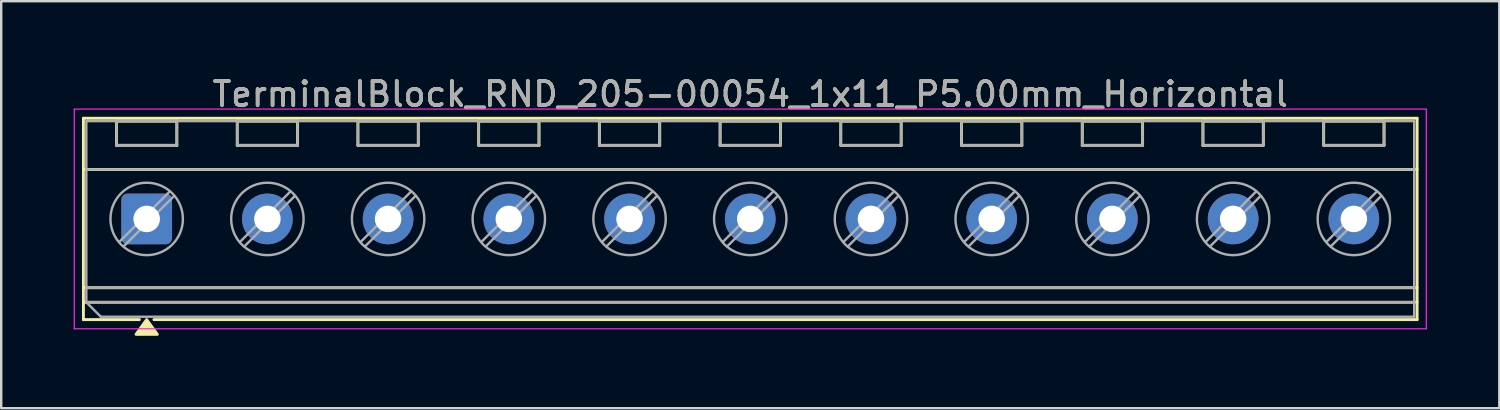
<source format=kicad_pcb>
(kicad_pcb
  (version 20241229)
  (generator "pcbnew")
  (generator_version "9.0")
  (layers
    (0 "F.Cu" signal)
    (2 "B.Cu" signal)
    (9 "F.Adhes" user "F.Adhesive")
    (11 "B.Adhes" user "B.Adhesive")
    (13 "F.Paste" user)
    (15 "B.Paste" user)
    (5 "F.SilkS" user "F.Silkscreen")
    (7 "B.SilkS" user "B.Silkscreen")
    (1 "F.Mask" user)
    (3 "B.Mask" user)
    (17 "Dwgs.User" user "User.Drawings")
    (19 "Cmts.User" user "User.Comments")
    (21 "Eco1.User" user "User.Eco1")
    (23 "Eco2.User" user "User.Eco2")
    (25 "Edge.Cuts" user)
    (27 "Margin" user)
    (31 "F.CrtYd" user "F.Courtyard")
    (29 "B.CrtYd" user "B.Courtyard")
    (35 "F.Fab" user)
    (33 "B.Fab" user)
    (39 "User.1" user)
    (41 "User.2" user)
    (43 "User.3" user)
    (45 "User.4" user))
  (footprint "TerminalBlock_RND_205-00054_1x11_P5.00mm_Horizontal"
    (layer "F.Cu")
    (at 3.025 6.018)
    (property "Reference" "TerminalBlock_RND_205-00054_1x11_P5.00mm_Horizontal" (at 25 -5.17 0) (layer "F.SilkS") (effects (font (size 1 1) (thickness 0.15))))
    (attr through_hole)
    (fp_line (start -2.62 -4.17) (end -2.62 4.17) (stroke (width 0.12) (type solid)) (layer "F.SilkS"))
    (fp_line (start -2.62 -4.17) (end 52.62 -4.17) (stroke (width 0.12) (type solid)) (layer "F.SilkS"))
    (fp_line (start -2.62 -2.05) (end 52.62 -2.05) (stroke (width 0.12) (type solid)) (layer "F.SilkS"))
    (fp_line (start -2.62 2.85) (end 52.62 2.85) (stroke (width 0.12) (type solid)) (layer "F.SilkS"))
    (fp_line (start -2.62 3.45) (end 52.62 3.45) (stroke (width 0.12) (type solid)) (layer "F.SilkS"))
    (fp_line (start -2.62 4.17) (end -0.3 4.17) (stroke (width 0.12) (type solid)) (layer "F.SilkS"))
    (fp_line (start -1.25 -4.05) (end -1.25 -3.05) (stroke (width 0.12) (type solid)) (layer "F.SilkS"))
    (fp_line (start -1.25 -4.05) (end 1.25 -4.05) (stroke (width 0.12) (type solid)) (layer "F.SilkS"))
    (fp_line (start -1.25 -3.05) (end 1.25 -3.05) (stroke (width 0.12) (type solid)) (layer "F.SilkS"))
    (fp_line (start 0.3 4.17) (end 52.62 4.17) (stroke (width 0.12) (type solid)) (layer "F.SilkS"))
    (fp_line (start 1.25 -4.05) (end 1.25 -3.05) (stroke (width 0.12) (type solid)) (layer "F.SilkS"))
    (fp_line (start 3.75 -4.05) (end 3.75 -3.05) (stroke (width 0.12) (type solid)) (layer "F.SilkS"))
    (fp_line (start 3.75 -4.05) (end 6.25 -4.05) (stroke (width 0.12) (type solid)) (layer "F.SilkS"))
    (fp_line (start 3.75 -3.05) (end 6.25 -3.05) (stroke (width 0.12) (type solid)) (layer "F.SilkS"))
    (fp_line (start 6.25 -4.05) (end 6.25 -3.05) (stroke (width 0.12) (type solid)) (layer "F.SilkS"))
    (fp_line (start 8.75 -4.05) (end 8.75 -3.05) (stroke (width 0.12) (type solid)) (layer "F.SilkS"))
    (fp_line (start 8.75 -4.05) (end 11.25 -4.05) (stroke (width 0.12) (type solid)) (layer "F.SilkS"))
    (fp_line (start 8.75 -3.05) (end 11.25 -3.05) (stroke (width 0.12) (type solid)) (layer "F.SilkS"))
    (fp_line (start 11.25 -4.05) (end 11.25 -3.05) (stroke (width 0.12) (type solid)) (layer "F.SilkS"))
    (fp_line (start 13.75 -4.05) (end 13.75 -3.05) (stroke (width 0.12) (type solid)) (layer "F.SilkS"))
    (fp_line (start 13.75 -4.05) (end 16.25 -4.05) (stroke (width 0.12) (type solid)) (layer "F.SilkS"))
    (fp_line (start 13.75 -3.05) (end 16.25 -3.05) (stroke (width 0.12) (type solid)) (layer "F.SilkS"))
    (fp_line (start 16.25 -4.05) (end 16.25 -3.05) (stroke (width 0.12) (type solid)) (layer "F.SilkS"))
    (fp_line (start 18.75 -4.05) (end 18.75 -3.05) (stroke (width 0.12) (type solid)) (layer "F.SilkS"))
    (fp_line (start 18.75 -4.05) (end 21.25 -4.05) (stroke (width 0.12) (type solid)) (layer "F.SilkS"))
    (fp_line (start 18.75 -3.05) (end 21.25 -3.05) (stroke (width 0.12) (type solid)) (layer "F.SilkS"))
    (fp_line (start 21.25 -4.05) (end 21.25 -3.05) (stroke (width 0.12) (type solid)) (layer "F.SilkS"))
    (fp_line (start 23.75 -4.05) (end 23.75 -3.05) (stroke (width 0.12) (type solid)) (layer "F.SilkS"))
    (fp_line (start 23.75 -4.05) (end 26.25 -4.05) (stroke (width 0.12) (type solid)) (layer "F.SilkS"))
    (fp_line (start 23.75 -3.05) (end 26.25 -3.05) (stroke (width 0.12) (type solid)) (layer "F.SilkS"))
    (fp_line (start 26.25 -4.05) (end 26.25 -3.05) (stroke (width 0.12) (type solid)) (layer "F.SilkS"))
    (fp_line (start 28.75 -4.05) (end 28.75 -3.05) (stroke (width 0.12) (type solid)) (layer "F.SilkS"))
    (fp_line (start 28.75 -4.05) (end 31.25 -4.05) (stroke (width 0.12) (type solid)) (layer "F.SilkS"))
    (fp_line (start 28.75 -3.05) (end 31.25 -3.05) (stroke (width 0.12) (type solid)) (layer "F.SilkS"))
    (fp_line (start 31.25 -4.05) (end 31.25 -3.05) (stroke (width 0.12) (type solid)) (layer "F.SilkS"))
    (fp_line (start 33.75 -4.05) (end 33.75 -3.05) (stroke (width 0.12) (type solid)) (layer "F.SilkS"))
    (fp_line (start 33.75 -4.05) (end 36.25 -4.05) (stroke (width 0.12) (type solid)) (layer "F.SilkS"))
    (fp_line (start 33.75 -3.05) (end 36.25 -3.05) (stroke (width 0.12) (type solid)) (layer "F.SilkS"))
    (fp_line (start 36.25 -4.05) (end 36.25 -3.05) (stroke (width 0.12) (type solid)) (layer "F.SilkS"))
    (fp_line (start 38.75 -4.05) (end 38.75 -3.05) (stroke (width 0.12) (type solid)) (layer "F.SilkS"))
    (fp_line (start 38.75 -4.05) (end 41.25 -4.05) (stroke (width 0.12) (type solid)) (layer "F.SilkS"))
    (fp_line (start 38.75 -3.05) (end 41.25 -3.05) (stroke (width 0.12) (type solid)) (layer "F.SilkS"))
    (fp_line (start 41.25 -4.05) (end 41.25 -3.05) (stroke (width 0.12) (type solid)) (layer "F.SilkS"))
    (fp_line (start 43.75 -4.05) (end 43.75 -3.05) (stroke (width 0.12) (type solid)) (layer "F.SilkS"))
    (fp_line (start 43.75 -4.05) (end 46.25 -4.05) (stroke (width 0.12) (type solid)) (layer "F.SilkS"))
    (fp_line (start 43.75 -3.05) (end 46.25 -3.05) (stroke (width 0.12) (type solid)) (layer "F.SilkS"))
    (fp_line (start 46.25 -4.05) (end 46.25 -3.05) (stroke (width 0.12) (type solid)) (layer "F.SilkS"))
    (fp_line (start 48.75 -4.05) (end 48.75 -3.05) (stroke (width 0.12) (type solid)) (layer "F.SilkS"))
    (fp_line (start 48.75 -4.05) (end 51.25 -4.05) (stroke (width 0.12) (type solid)) (layer "F.SilkS"))
    (fp_line (start 48.75 -3.05) (end 51.25 -3.05) (stroke (width 0.12) (type solid)) (layer "F.SilkS"))
    (fp_line (start 51.25 -4.05) (end 51.25 -3.05) (stroke (width 0.12) (type solid)) (layer "F.SilkS"))
    (fp_line (start 52.62 -4.17) (end 52.62 4.17) (stroke (width 0.12) (type solid)) (layer "F.SilkS"))
    (fp_poly (pts (xy 0 4.17) (xy 0.44 4.78) (xy -0.44 4.78)) (stroke (width 0.12) (type solid)) (fill yes) (layer "F.SilkS"))
    (fp_line (start -3 -4.55) (end -3 4.55) (stroke (width 0.05) (type solid)) (layer "F.CrtYd"))
    (fp_line (start -3 4.55) (end 53 4.55) (stroke (width 0.05) (type solid)) (layer "F.CrtYd"))
    (fp_line (start 53 -4.55) (end -3 -4.55) (stroke (width 0.05) (type solid)) (layer "F.CrtYd"))
    (fp_line (start 53 4.55) (end 53 -4.55) (stroke (width 0.05) (type solid)) (layer "F.CrtYd"))
    (fp_line (start -2.5 -4.05) (end 52.5 -4.05) (stroke (width 0.1) (type solid)) (layer "F.Fab"))
    (fp_line (start -2.5 -2.05) (end 52.5 -2.05) (stroke (width 0.1) (type solid)) (layer "F.Fab"))
    (fp_line (start -2.5 2.85) (end 52.5 2.85) (stroke (width 0.1) (type solid)) (layer "F.Fab"))
    (fp_line (start -2.5 3.45) (end -2.5 -4.05) (stroke (width 0.1) (type solid)) (layer "F.Fab"))
    (fp_line (start -2.5 3.45) (end 52.5 3.45) (stroke (width 0.1) (type solid)) (layer "F.Fab"))
    (fp_line (start -1.9 4.05) (end -2.5 3.45) (stroke (width 0.1) (type solid)) (layer "F.Fab"))
    (fp_line (start -1.25 -4.05) (end -1.25 -3.05) (stroke (width 0.1) (type solid)) (layer "F.Fab"))
    (fp_line (start -1.25 -3.05) (end 1.25 -3.05) (stroke (width 0.1) (type solid)) (layer "F.Fab"))
    (fp_line (start 0.955 -1.138) (end -1.138 0.954) (stroke (width 0.1) (type solid)) (layer "F.Fab"))
    (fp_line (start 1.138 -0.954) (end -0.955 1.137) (stroke (width 0.1) (type solid)) (layer "F.Fab"))
    (fp_line (start 1.25 -4.05) (end -1.25 -4.05) (stroke (width 0.1) (type solid)) (layer "F.Fab"))
    (fp_line (start 1.25 -3.05) (end 1.25 -4.05) (stroke (width 0.1) (type solid)) (layer "F.Fab"))
    (fp_line (start 3.75 -4.05) (end 3.75 -3.05) (stroke (width 0.1) (type solid)) (layer "F.Fab"))
    (fp_line (start 3.75 -3.05) (end 6.25 -3.05) (stroke (width 0.1) (type solid)) (layer "F.Fab"))
    (fp_line (start 5.955 -1.138) (end 3.862 0.954) (stroke (width 0.1) (type solid)) (layer "F.Fab"))
    (fp_line (start 6.138 -0.954) (end 4.045 1.137) (stroke (width 0.1) (type solid)) (layer "F.Fab"))
    (fp_line (start 6.25 -4.05) (end 3.75 -4.05) (stroke (width 0.1) (type solid)) (layer "F.Fab"))
    (fp_line (start 6.25 -3.05) (end 6.25 -4.05) (stroke (width 0.1) (type solid)) (layer "F.Fab"))
    (fp_line (start 8.75 -4.05) (end 8.75 -3.05) (stroke (width 0.1) (type solid)) (layer "F.Fab"))
    (fp_line (start 8.75 -3.05) (end 11.25 -3.05) (stroke (width 0.1) (type solid)) (layer "F.Fab"))
    (fp_line (start 10.955 -1.138) (end 8.862 0.954) (stroke (width 0.1) (type solid)) (layer "F.Fab"))
    (fp_line (start 11.138 -0.954) (end 9.045 1.137) (stroke (width 0.1) (type solid)) (layer "F.Fab"))
    (fp_line (start 11.25 -4.05) (end 8.75 -4.05) (stroke (width 0.1) (type solid)) (layer "F.Fab"))
    (fp_line (start 11.25 -3.05) (end 11.25 -4.05) (stroke (width 0.1) (type solid)) (layer "F.Fab"))
    (fp_line (start 13.75 -4.05) (end 13.75 -3.05) (stroke (width 0.1) (type solid)) (layer "F.Fab"))
    (fp_line (start 13.75 -3.05) (end 16.25 -3.05) (stroke (width 0.1) (type solid)) (layer "F.Fab"))
    (fp_line (start 15.955 -1.138) (end 13.862 0.954) (stroke (width 0.1) (type solid)) (layer "F.Fab"))
    (fp_line (start 16.138 -0.954) (end 14.045 1.137) (stroke (width 0.1) (type solid)) (layer "F.Fab"))
    (fp_line (start 16.25 -4.05) (end 13.75 -4.05) (stroke (width 0.1) (type solid)) (layer "F.Fab"))
    (fp_line (start 16.25 -3.05) (end 16.25 -4.05) (stroke (width 0.1) (type solid)) (layer "F.Fab"))
    (fp_line (start 18.75 -4.05) (end 18.75 -3.05) (stroke (width 0.1) (type solid)) (layer "F.Fab"))
    (fp_line (start 18.75 -3.05) (end 21.25 -3.05) (stroke (width 0.1) (type solid)) (layer "F.Fab"))
    (fp_line (start 20.955 -1.138) (end 18.862 0.954) (stroke (width 0.1) (type solid)) (layer "F.Fab"))
    (fp_line (start 21.138 -0.954) (end 19.045 1.137) (stroke (width 0.1) (type solid)) (layer "F.Fab"))
    (fp_line (start 21.25 -4.05) (end 18.75 -4.05) (stroke (width 0.1) (type solid)) (layer "F.Fab"))
    (fp_line (start 21.25 -3.05) (end 21.25 -4.05) (stroke (width 0.1) (type solid)) (layer "F.Fab"))
    (fp_line (start 23.75 -4.05) (end 23.75 -3.05) (stroke (width 0.1) (type solid)) (layer "F.Fab"))
    (fp_line (start 23.75 -3.05) (end 26.25 -3.05) (stroke (width 0.1) (type solid)) (layer "F.Fab"))
    (fp_line (start 25.955 -1.138) (end 23.862 0.954) (stroke (width 0.1) (type solid)) (layer "F.Fab"))
    (fp_line (start 26.138 -0.954) (end 24.045 1.137) (stroke (width 0.1) (type solid)) (layer "F.Fab"))
    (fp_line (start 26.25 -4.05) (end 23.75 -4.05) (stroke (width 0.1) (type solid)) (layer "F.Fab"))
    (fp_line (start 26.25 -3.05) (end 26.25 -4.05) (stroke (width 0.1) (type solid)) (layer "F.Fab"))
    (fp_line (start 28.75 -4.05) (end 28.75 -3.05) (stroke (width 0.1) (type solid)) (layer "F.Fab"))
    (fp_line (start 28.75 -3.05) (end 31.25 -3.05) (stroke (width 0.1) (type solid)) (layer "F.Fab"))
    (fp_line (start 30.955 -1.138) (end 28.862 0.954) (stroke (width 0.1) (type solid)) (layer "F.Fab"))
    (fp_line (start 31.138 -0.954) (end 29.045 1.137) (stroke (width 0.1) (type solid)) (layer "F.Fab"))
    (fp_line (start 31.25 -4.05) (end 28.75 -4.05) (stroke (width 0.1) (type solid)) (layer "F.Fab"))
    (fp_line (start 31.25 -3.05) (end 31.25 -4.05) (stroke (width 0.1) (type solid)) (layer "F.Fab"))
    (fp_line (start 33.75 -4.05) (end 33.75 -3.05) (stroke (width 0.1) (type solid)) (layer "F.Fab"))
    (fp_line (start 33.75 -3.05) (end 36.25 -3.05) (stroke (width 0.1) (type solid)) (layer "F.Fab"))
    (fp_line (start 35.955 -1.138) (end 33.862 0.954) (stroke (width 0.1) (type solid)) (layer "F.Fab"))
    (fp_line (start 36.138 -0.954) (end 34.045 1.137) (stroke (width 0.1) (type solid)) (layer "F.Fab"))
    (fp_line (start 36.25 -4.05) (end 33.75 -4.05) (stroke (width 0.1) (type solid)) (layer "F.Fab"))
    (fp_line (start 36.25 -3.05) (end 36.25 -4.05) (stroke (width 0.1) (type solid)) (layer "F.Fab"))
    (fp_line (start 38.75 -4.05) (end 38.75 -3.05) (stroke (width 0.1) (type solid)) (layer "F.Fab"))
    (fp_line (start 38.75 -3.05) (end 41.25 -3.05) (stroke (width 0.1) (type solid)) (layer "F.Fab"))
    (fp_line (start 40.955 -1.138) (end 38.862 0.954) (stroke (width 0.1) (type solid)) (layer "F.Fab"))
    (fp_line (start 41.138 -0.954) (end 39.045 1.137) (stroke (width 0.1) (type solid)) (layer "F.Fab"))
    (fp_line (start 41.25 -4.05) (end 38.75 -4.05) (stroke (width 0.1) (type solid)) (layer "F.Fab"))
    (fp_line (start 41.25 -3.05) (end 41.25 -4.05) (stroke (width 0.1) (type solid)) (layer "F.Fab"))
    (fp_line (start 43.75 -4.05) (end 43.75 -3.05) (stroke (width 0.1) (type solid)) (layer "F.Fab"))
    (fp_line (start 43.75 -3.05) (end 46.25 -3.05) (stroke (width 0.1) (type solid)) (layer "F.Fab"))
    (fp_line (start 45.955 -1.138) (end 43.862 0.954) (stroke (width 0.1) (type solid)) (layer "F.Fab"))
    (fp_line (start 46.138 -0.954) (end 44.045 1.137) (stroke (width 0.1) (type solid)) (layer "F.Fab"))
    (fp_line (start 46.25 -4.05) (end 43.75 -4.05) (stroke (width 0.1) (type solid)) (layer "F.Fab"))
    (fp_line (start 46.25 -3.05) (end 46.25 -4.05) (stroke (width 0.1) (type solid)) (layer "F.Fab"))
    (fp_line (start 48.75 -4.05) (end 48.75 -3.05) (stroke (width 0.1) (type solid)) (layer "F.Fab"))
    (fp_line (start 48.75 -3.05) (end 51.25 -3.05) (stroke (width 0.1) (type solid)) (layer "F.Fab"))
    (fp_line (start 50.955 -1.138) (end 48.862 0.954) (stroke (width 0.1) (type solid)) (layer "F.Fab"))
    (fp_line (start 51.138 -0.954) (end 49.045 1.137) (stroke (width 0.1) (type solid)) (layer "F.Fab"))
    (fp_line (start 51.25 -4.05) (end 48.75 -4.05) (stroke (width 0.1) (type solid)) (layer "F.Fab"))
    (fp_line (start 51.25 -3.05) (end 51.25 -4.05) (stroke (width 0.1) (type solid)) (layer "F.Fab"))
    (fp_line (start 52.5 -4.05) (end 52.5 4.05) (stroke (width 0.1) (type solid)) (layer "F.Fab"))
    (fp_line (start 52.5 4.05) (end -1.9 4.05) (stroke (width 0.1) (type solid)) (layer "F.Fab"))
    (fp_circle (center 0 0) (end 1.5 0) (stroke (width 0.1) (type solid)) (fill no) (layer "F.Fab"))
    (fp_circle (center 5 0) (end 6.5 0) (stroke (width 0.1) (type solid)) (fill no) (layer "F.Fab"))
    (fp_circle (center 10 0) (end 11.5 0) (stroke (width 0.1) (type solid)) (fill no) (layer "F.Fab"))
    (fp_circle (center 15 0) (end 16.5 0) (stroke (width 0.1) (type solid)) (fill no) (layer "F.Fab"))
    (fp_circle (center 20 0) (end 21.5 0) (stroke (width 0.1) (type solid)) (fill no) (layer "F.Fab"))
    (fp_circle (center 25 0) (end 26.5 0) (stroke (width 0.1) (type solid)) (fill no) (layer "F.Fab"))
    (fp_circle (center 30 0) (end 31.5 0) (stroke (width 0.1) (type solid)) (fill no) (layer "F.Fab"))
    (fp_circle (center 35 0) (end 36.5 0) (stroke (width 0.1) (type solid)) (fill no) (layer "F.Fab"))
    (fp_circle (center 40 0) (end 41.5 0) (stroke (width 0.1) (type solid)) (fill no) (layer "F.Fab"))
    (fp_circle (center 45 0) (end 46.5 0) (stroke (width 0.1) (type solid)) (fill no) (layer "F.Fab"))
    (fp_circle (center 50 0) (end 51.5 0) (stroke (width 0.1) (type solid)) (fill no) (layer "F.Fab"))
    (fp_text user "${REFERENCE}" (at 25 -5.17 0) (layer "F.Fab") (effects (font (size 1 1) (thickness 0.15))))
    (pad "1" thru_hole roundrect (at 0 0) (size 2.1 2.1) (drill 1.1) (layers "*.Cu" "*.Mask") (roundrect_rratio 0.119))
    (pad "2" thru_hole circle (at 5 0) (size 2.1 2.1) (drill 1.1) (layers "*.Cu" "*.Mask"))
    (pad "3" thru_hole circle (at 10 0) (size 2.1 2.1) (drill 1.1) (layers "*.Cu" "*.Mask"))
    (pad "4" thru_hole circle (at 15 0) (size 2.1 2.1) (drill 1.1) (layers "*.Cu" "*.Mask"))
    (pad "5" thru_hole circle (at 20 0) (size 2.1 2.1) (drill 1.1) (layers "*.Cu" "*.Mask"))
    (pad "6" thru_hole circle (at 25 0) (size 2.1 2.1) (drill 1.1) (layers "*.Cu" "*.Mask"))
    (pad "7" thru_hole circle (at 30 0) (size 2.1 2.1) (drill 1.1) (layers "*.Cu" "*.Mask"))
    (pad "8" thru_hole circle (at 35 0) (size 2.1 2.1) (drill 1.1) (layers "*.Cu" "*.Mask"))
    (pad "9" thru_hole circle (at 40 0) (size 2.1 2.1) (drill 1.1) (layers "*.Cu" "*.Mask"))
    (pad "10" thru_hole circle (at 45 0) (size 2.1 2.1) (drill 1.1) (layers "*.Cu" "*.Mask"))
    (pad "11" thru_hole circle (at 50 0) (size 2.1 2.1) (drill 1.1) (layers "*.Cu" "*.Mask")))
  (gr_rect
    (start -3 -3)
    (end 59.05 13.858)
    (stroke (width 0.1) (type default))
    (fill no)
    (layer "Edge.Cuts")))
</source>
